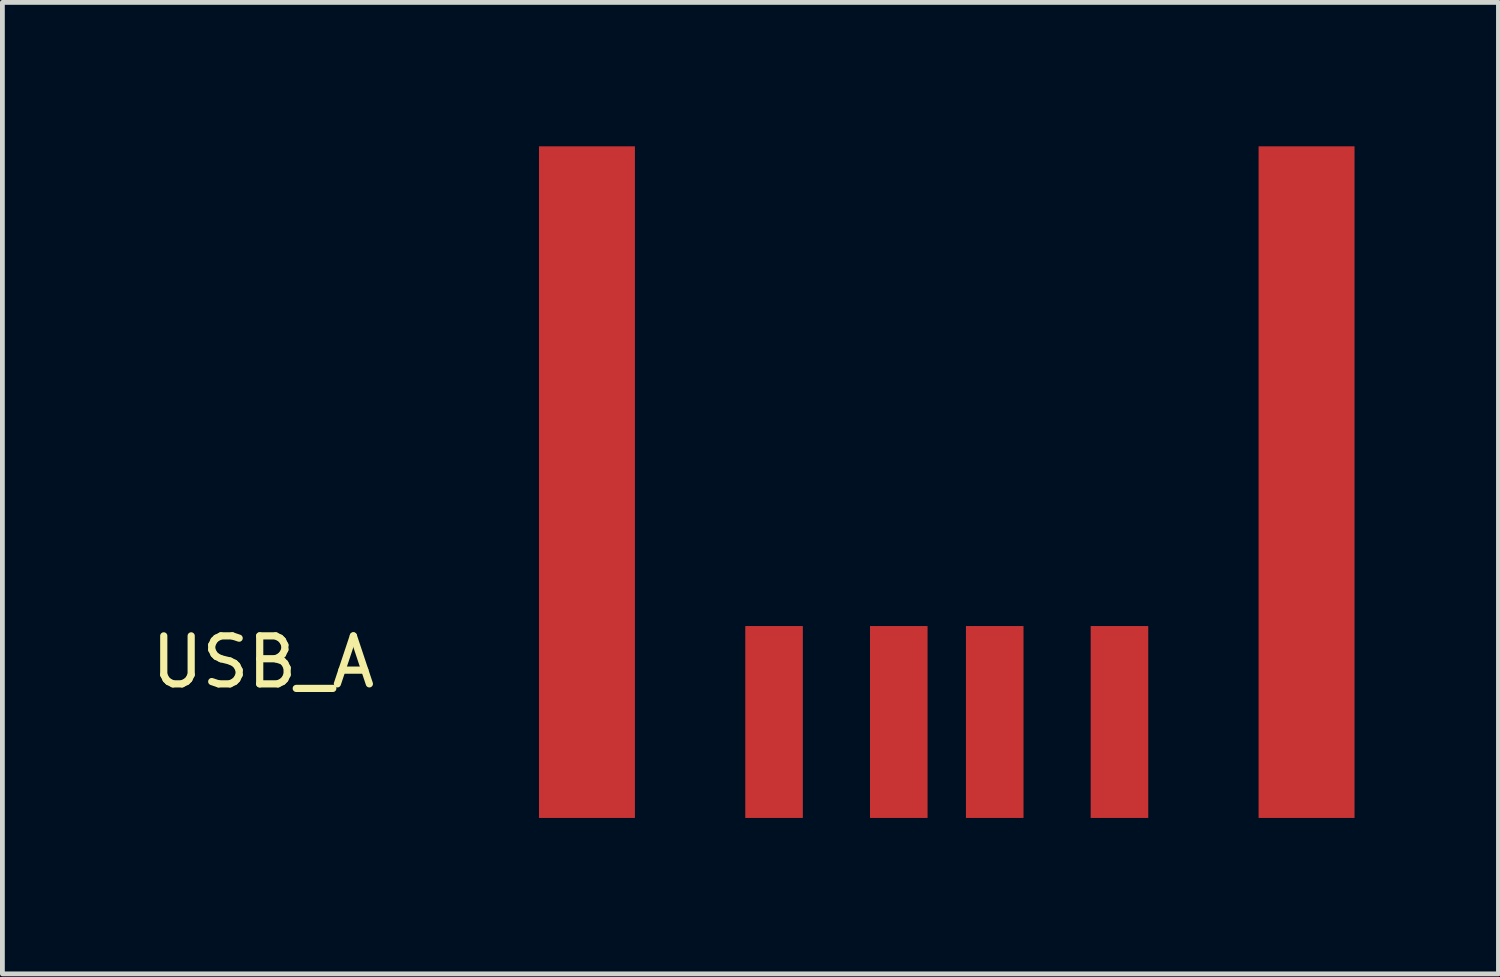
<source format=kicad_pcb>
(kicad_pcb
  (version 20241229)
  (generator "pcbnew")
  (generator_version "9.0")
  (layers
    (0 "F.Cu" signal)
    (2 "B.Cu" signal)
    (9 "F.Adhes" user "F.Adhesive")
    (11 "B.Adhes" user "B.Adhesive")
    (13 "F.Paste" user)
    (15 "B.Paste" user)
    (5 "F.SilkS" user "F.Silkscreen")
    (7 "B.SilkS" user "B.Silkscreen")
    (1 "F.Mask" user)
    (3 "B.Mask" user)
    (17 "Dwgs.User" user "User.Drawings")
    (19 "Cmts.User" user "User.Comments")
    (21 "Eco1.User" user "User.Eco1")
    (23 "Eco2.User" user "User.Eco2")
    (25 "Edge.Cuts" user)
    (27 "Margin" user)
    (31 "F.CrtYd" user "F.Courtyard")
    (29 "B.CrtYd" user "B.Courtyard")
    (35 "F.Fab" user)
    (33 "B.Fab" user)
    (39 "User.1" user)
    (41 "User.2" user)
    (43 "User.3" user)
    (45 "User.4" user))
  (footprint "USB_A"
    (layer "F.Cu")
    (at 10.185 14)
    (property "Reference" "USB_A" (at -7.75 -3.25 0) (layer "F.SilkS") (effects (font (size 1 1) (thickness 0.15))))
    (attr through_hole)
    (pad "1" smd rect (at 2.9 -2) (size 1.2 4) (layers "F.Cu" "F.Mask" "F.Paste"))
    (pad "2" smd rect (at 5.5 -2) (size 1.2 4) (layers "F.Cu" "F.Mask" "F.Paste"))
    (pad "3" smd rect (at 7.5 -2) (size 1.2 4) (layers "F.Cu" "F.Mask" "F.Paste"))
    (pad "4" smd rect (at 10.1 -2) (size 1.2 4) (layers "F.Cu" "F.Mask" "F.Paste"))
    (pad "5" smd rect (at -1 -7) (size 2 14) (layers "F.Cu" "F.Mask" "F.Paste"))
    (pad "5" smd rect (at 14 -7) (size 2 14) (layers "F.Cu" "F.Mask" "F.Paste")))
  (gr_rect
    (start -3 -3)
    (end 28.185 17.25)
    (stroke (width 0.1) (type default))
    (fill no)
    (layer "Edge.Cuts")))
</source>
